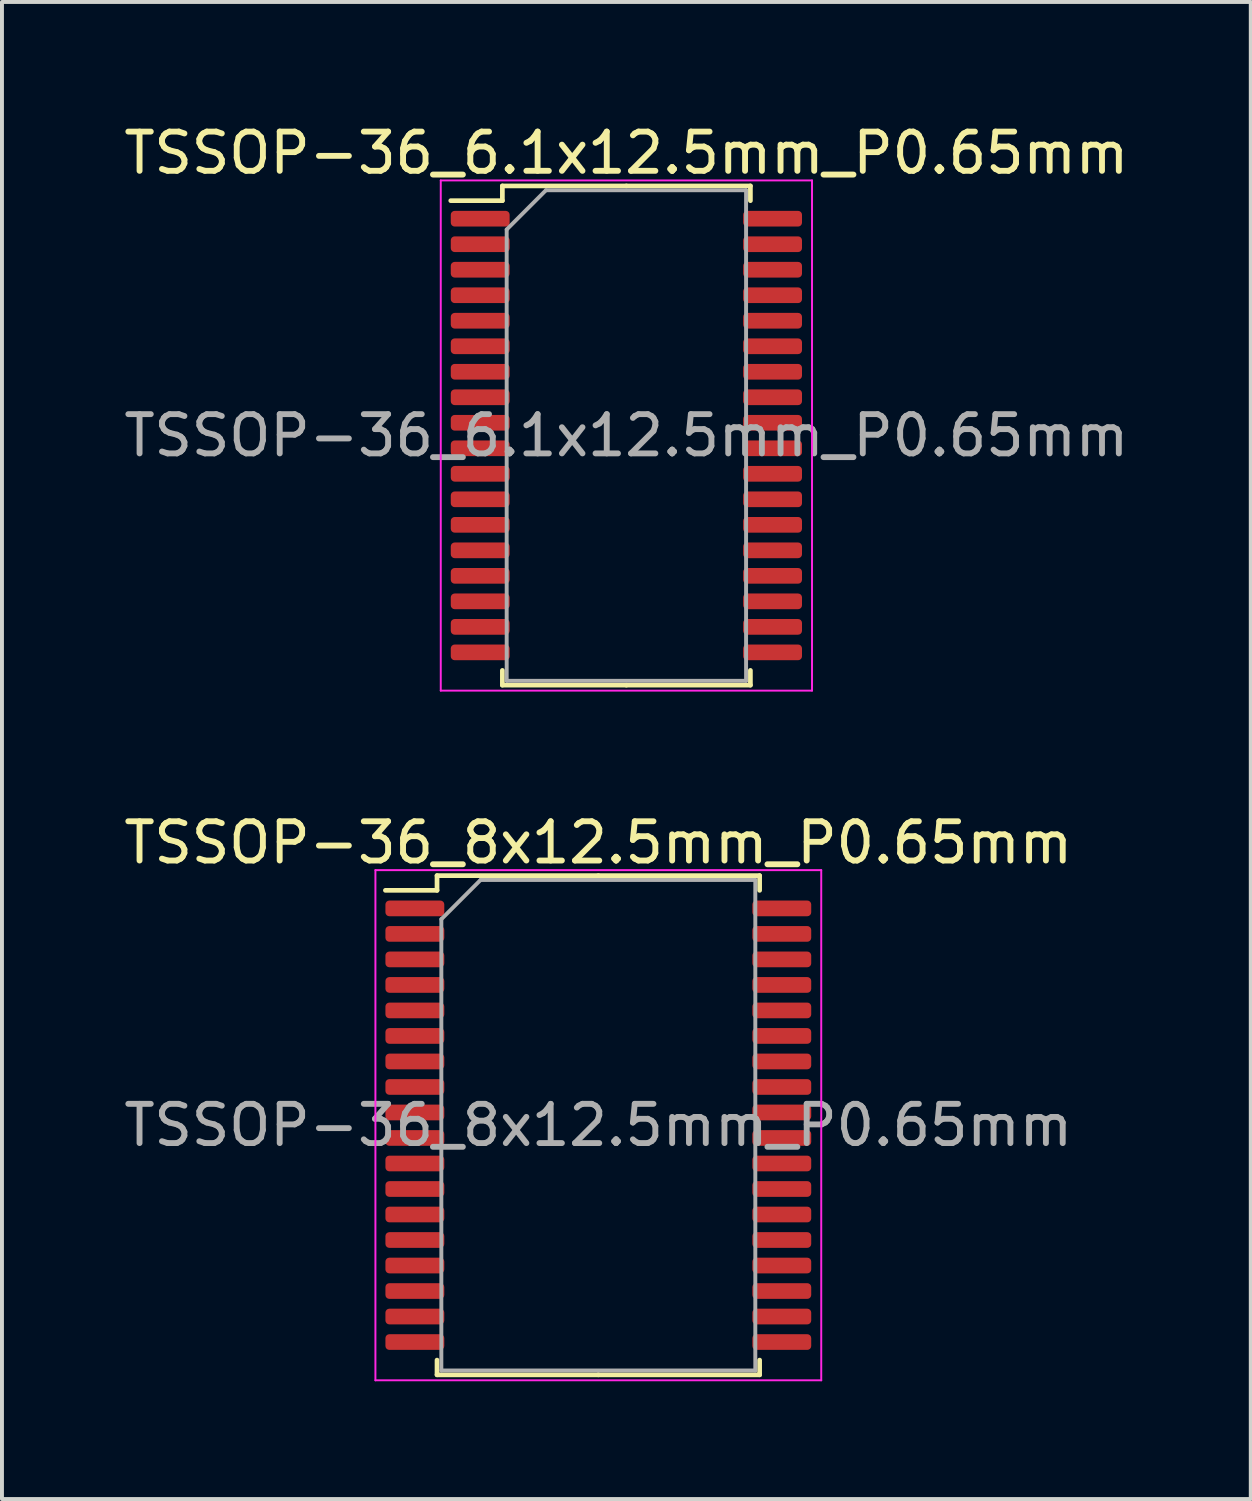
<source format=kicad_pcb>
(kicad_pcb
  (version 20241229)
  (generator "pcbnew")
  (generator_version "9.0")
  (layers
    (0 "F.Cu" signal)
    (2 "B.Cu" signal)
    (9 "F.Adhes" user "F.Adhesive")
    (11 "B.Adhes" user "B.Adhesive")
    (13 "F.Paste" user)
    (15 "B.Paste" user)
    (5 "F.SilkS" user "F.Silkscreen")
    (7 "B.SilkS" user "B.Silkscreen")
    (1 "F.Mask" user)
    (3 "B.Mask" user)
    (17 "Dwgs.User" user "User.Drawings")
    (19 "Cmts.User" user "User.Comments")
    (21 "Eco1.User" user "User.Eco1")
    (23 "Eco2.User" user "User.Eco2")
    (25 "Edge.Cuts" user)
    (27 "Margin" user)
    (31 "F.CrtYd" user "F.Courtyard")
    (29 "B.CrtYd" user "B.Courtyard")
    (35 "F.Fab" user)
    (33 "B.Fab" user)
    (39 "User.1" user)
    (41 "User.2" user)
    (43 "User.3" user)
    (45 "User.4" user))
  (footprint "TSSOP-36_6.1x12.5mm_P0.65mm"
    (layer "F.Cu")
    (at 12.911 8.048)
    (property "Reference" "TSSOP-36_6.1x12.5mm_P0.65mm" (at 0 -7.2 0) (layer "F.SilkS") (effects (font (size 1 1) (thickness 0.15))))
    (attr smd)
    (fp_line (start -3.16 -6.36) (end -3.16 -5.985) (stroke (width 0.12) (type solid)) (layer "F.SilkS"))
    (fp_line (start -3.16 -5.985) (end -4.475 -5.985) (stroke (width 0.12) (type solid)) (layer "F.SilkS"))
    (fp_line (start -3.16 6.36) (end -3.16 5.985) (stroke (width 0.12) (type solid)) (layer "F.SilkS"))
    (fp_line (start 0 -6.36) (end -3.16 -6.36) (stroke (width 0.12) (type solid)) (layer "F.SilkS"))
    (fp_line (start 0 -6.36) (end 3.16 -6.36) (stroke (width 0.12) (type solid)) (layer "F.SilkS"))
    (fp_line (start 0 6.36) (end -3.16 6.36) (stroke (width 0.12) (type solid)) (layer "F.SilkS"))
    (fp_line (start 0 6.36) (end 3.16 6.36) (stroke (width 0.12) (type solid)) (layer "F.SilkS"))
    (fp_line (start 3.16 -6.36) (end 3.16 -5.985) (stroke (width 0.12) (type solid)) (layer "F.SilkS"))
    (fp_line (start 3.16 6.36) (end 3.16 5.985) (stroke (width 0.12) (type solid)) (layer "F.SilkS"))
    (fp_line (start -4.73 -6.5) (end -4.73 6.5) (stroke (width 0.05) (type solid)) (layer "F.CrtYd"))
    (fp_line (start -4.73 6.5) (end 4.73 6.5) (stroke (width 0.05) (type solid)) (layer "F.CrtYd"))
    (fp_line (start 4.73 -6.5) (end -4.73 -6.5) (stroke (width 0.05) (type solid)) (layer "F.CrtYd"))
    (fp_line (start 4.73 6.5) (end 4.73 -6.5) (stroke (width 0.05) (type solid)) (layer "F.CrtYd"))
    (fp_line (start -3.05 -5.25) (end -2.05 -6.25) (stroke (width 0.1) (type solid)) (layer "F.Fab"))
    (fp_line (start -3.05 6.25) (end -3.05 -5.25) (stroke (width 0.1) (type solid)) (layer "F.Fab"))
    (fp_line (start -2.05 -6.25) (end 3.05 -6.25) (stroke (width 0.1) (type solid)) (layer "F.Fab"))
    (fp_line (start 3.05 -6.25) (end 3.05 6.25) (stroke (width 0.1) (type solid)) (layer "F.Fab"))
    (fp_line (start 3.05 6.25) (end -3.05 6.25) (stroke (width 0.1) (type solid)) (layer "F.Fab"))
    (fp_text user "${REFERENCE}" (at 0 0 0) (layer "F.Fab") (effects (font (size 1 1) (thickness 0.15))))
    (pad "1" smd roundrect (at -3.725 -5.525) (size 1.5 0.4) (layers "F.Cu" "F.Mask" "F.Paste") (roundrect_rratio 0.25))
    (pad "2" smd roundrect (at -3.725 -4.875) (size 1.5 0.4) (layers "F.Cu" "F.Mask" "F.Paste") (roundrect_rratio 0.25))
    (pad "3" smd roundrect (at -3.725 -4.225) (size 1.5 0.4) (layers "F.Cu" "F.Mask" "F.Paste") (roundrect_rratio 0.25))
    (pad "4" smd roundrect (at -3.725 -3.575) (size 1.5 0.4) (layers "F.Cu" "F.Mask" "F.Paste") (roundrect_rratio 0.25))
    (pad "5" smd roundrect (at -3.725 -2.925) (size 1.5 0.4) (layers "F.Cu" "F.Mask" "F.Paste") (roundrect_rratio 0.25))
    (pad "6" smd roundrect (at -3.725 -2.275) (size 1.5 0.4) (layers "F.Cu" "F.Mask" "F.Paste") (roundrect_rratio 0.25))
    (pad "7" smd roundrect (at -3.725 -1.625) (size 1.5 0.4) (layers "F.Cu" "F.Mask" "F.Paste") (roundrect_rratio 0.25))
    (pad "8" smd roundrect (at -3.725 -0.975) (size 1.5 0.4) (layers "F.Cu" "F.Mask" "F.Paste") (roundrect_rratio 0.25))
    (pad "9" smd roundrect (at -3.725 -0.325) (size 1.5 0.4) (layers "F.Cu" "F.Mask" "F.Paste") (roundrect_rratio 0.25))
    (pad "10" smd roundrect (at -3.725 0.325) (size 1.5 0.4) (layers "F.Cu" "F.Mask" "F.Paste") (roundrect_rratio 0.25))
    (pad "11" smd roundrect (at -3.725 0.975) (size 1.5 0.4) (layers "F.Cu" "F.Mask" "F.Paste") (roundrect_rratio 0.25))
    (pad "12" smd roundrect (at -3.725 1.625) (size 1.5 0.4) (layers "F.Cu" "F.Mask" "F.Paste") (roundrect_rratio 0.25))
    (pad "13" smd roundrect (at -3.725 2.275) (size 1.5 0.4) (layers "F.Cu" "F.Mask" "F.Paste") (roundrect_rratio 0.25))
    (pad "14" smd roundrect (at -3.725 2.925) (size 1.5 0.4) (layers "F.Cu" "F.Mask" "F.Paste") (roundrect_rratio 0.25))
    (pad "15" smd roundrect (at -3.725 3.575) (size 1.5 0.4) (layers "F.Cu" "F.Mask" "F.Paste") (roundrect_rratio 0.25))
    (pad "16" smd roundrect (at -3.725 4.225) (size 1.5 0.4) (layers "F.Cu" "F.Mask" "F.Paste") (roundrect_rratio 0.25))
    (pad "17" smd roundrect (at -3.725 4.875) (size 1.5 0.4) (layers "F.Cu" "F.Mask" "F.Paste") (roundrect_rratio 0.25))
    (pad "18" smd roundrect (at -3.725 5.525) (size 1.5 0.4) (layers "F.Cu" "F.Mask" "F.Paste") (roundrect_rratio 0.25))
    (pad "19" smd roundrect (at 3.725 5.525) (size 1.5 0.4) (layers "F.Cu" "F.Mask" "F.Paste") (roundrect_rratio 0.25))
    (pad "20" smd roundrect (at 3.725 4.875) (size 1.5 0.4) (layers "F.Cu" "F.Mask" "F.Paste") (roundrect_rratio 0.25))
    (pad "21" smd roundrect (at 3.725 4.225) (size 1.5 0.4) (layers "F.Cu" "F.Mask" "F.Paste") (roundrect_rratio 0.25))
    (pad "22" smd roundrect (at 3.725 3.575) (size 1.5 0.4) (layers "F.Cu" "F.Mask" "F.Paste") (roundrect_rratio 0.25))
    (pad "23" smd roundrect (at 3.725 2.925) (size 1.5 0.4) (layers "F.Cu" "F.Mask" "F.Paste") (roundrect_rratio 0.25))
    (pad "24" smd roundrect (at 3.725 2.275) (size 1.5 0.4) (layers "F.Cu" "F.Mask" "F.Paste") (roundrect_rratio 0.25))
    (pad "25" smd roundrect (at 3.725 1.625) (size 1.5 0.4) (layers "F.Cu" "F.Mask" "F.Paste") (roundrect_rratio 0.25))
    (pad "26" smd roundrect (at 3.725 0.975) (size 1.5 0.4) (layers "F.Cu" "F.Mask" "F.Paste") (roundrect_rratio 0.25))
    (pad "27" smd roundrect (at 3.725 0.325) (size 1.5 0.4) (layers "F.Cu" "F.Mask" "F.Paste") (roundrect_rratio 0.25))
    (pad "28" smd roundrect (at 3.725 -0.325) (size 1.5 0.4) (layers "F.Cu" "F.Mask" "F.Paste") (roundrect_rratio 0.25))
    (pad "29" smd roundrect (at 3.725 -0.975) (size 1.5 0.4) (layers "F.Cu" "F.Mask" "F.Paste") (roundrect_rratio 0.25))
    (pad "30" smd roundrect (at 3.725 -1.625) (size 1.5 0.4) (layers "F.Cu" "F.Mask" "F.Paste") (roundrect_rratio 0.25))
    (pad "31" smd roundrect (at 3.725 -2.275) (size 1.5 0.4) (layers "F.Cu" "F.Mask" "F.Paste") (roundrect_rratio 0.25))
    (pad "32" smd roundrect (at 3.725 -2.925) (size 1.5 0.4) (layers "F.Cu" "F.Mask" "F.Paste") (roundrect_rratio 0.25))
    (pad "33" smd roundrect (at 3.725 -3.575) (size 1.5 0.4) (layers "F.Cu" "F.Mask" "F.Paste") (roundrect_rratio 0.25))
    (pad "34" smd roundrect (at 3.725 -4.225) (size 1.5 0.4) (layers "F.Cu" "F.Mask" "F.Paste") (roundrect_rratio 0.25))
    (pad "35" smd roundrect (at 3.725 -4.875) (size 1.5 0.4) (layers "F.Cu" "F.Mask" "F.Paste") (roundrect_rratio 0.25))
    (pad "36" smd roundrect (at 3.725 -5.525) (size 1.5 0.4) (layers "F.Cu" "F.Mask" "F.Paste") (roundrect_rratio 0.25)))
  (footprint "TSSOP-36_8x12.5mm_P0.65mm"
    (layer "F.Cu")
    (at 12.196 25.622)
    (property "Reference" "TSSOP-36_8x12.5mm_P0.65mm" (at 0 -7.2 0) (layer "F.SilkS") (effects (font (size 1 1) (thickness 0.15))))
    (attr smd)
    (fp_line (start -4.11 -6.36) (end -4.11 -5.985) (stroke (width 0.12) (type solid)) (layer "F.SilkS"))
    (fp_line (start -4.11 -5.985) (end -5.425 -5.985) (stroke (width 0.12) (type solid)) (layer "F.SilkS"))
    (fp_line (start -4.11 6.36) (end -4.11 5.985) (stroke (width 0.12) (type solid)) (layer "F.SilkS"))
    (fp_line (start 0 -6.36) (end -4.11 -6.36) (stroke (width 0.12) (type solid)) (layer "F.SilkS"))
    (fp_line (start 0 -6.36) (end 4.11 -6.36) (stroke (width 0.12) (type solid)) (layer "F.SilkS"))
    (fp_line (start 0 6.36) (end -4.11 6.36) (stroke (width 0.12) (type solid)) (layer "F.SilkS"))
    (fp_line (start 0 6.36) (end 4.11 6.36) (stroke (width 0.12) (type solid)) (layer "F.SilkS"))
    (fp_line (start 4.11 -6.36) (end 4.11 -5.985) (stroke (width 0.12) (type solid)) (layer "F.SilkS"))
    (fp_line (start 4.11 6.36) (end 4.11 5.985) (stroke (width 0.12) (type solid)) (layer "F.SilkS"))
    (fp_line (start -5.68 -6.5) (end -5.68 6.5) (stroke (width 0.05) (type solid)) (layer "F.CrtYd"))
    (fp_line (start -5.68 6.5) (end 5.68 6.5) (stroke (width 0.05) (type solid)) (layer "F.CrtYd"))
    (fp_line (start 5.68 -6.5) (end -5.68 -6.5) (stroke (width 0.05) (type solid)) (layer "F.CrtYd"))
    (fp_line (start 5.68 6.5) (end 5.68 -6.5) (stroke (width 0.05) (type solid)) (layer "F.CrtYd"))
    (fp_line (start -4 -5.25) (end -3 -6.25) (stroke (width 0.1) (type solid)) (layer "F.Fab"))
    (fp_line (start -4 6.25) (end -4 -5.25) (stroke (width 0.1) (type solid)) (layer "F.Fab"))
    (fp_line (start -3 -6.25) (end 4 -6.25) (stroke (width 0.1) (type solid)) (layer "F.Fab"))
    (fp_line (start 4 -6.25) (end 4 6.25) (stroke (width 0.1) (type solid)) (layer "F.Fab"))
    (fp_line (start 4 6.25) (end -4 6.25) (stroke (width 0.1) (type solid)) (layer "F.Fab"))
    (fp_text user "${REFERENCE}" (at 0 0 0) (layer "F.Fab") (effects (font (size 1 1) (thickness 0.15))))
    (pad "1" smd roundrect (at -4.675 -5.525) (size 1.5 0.4) (layers "F.Cu" "F.Mask" "F.Paste") (roundrect_rratio 0.25))
    (pad "2" smd roundrect (at -4.675 -4.875) (size 1.5 0.4) (layers "F.Cu" "F.Mask" "F.Paste") (roundrect_rratio 0.25))
    (pad "3" smd roundrect (at -4.675 -4.225) (size 1.5 0.4) (layers "F.Cu" "F.Mask" "F.Paste") (roundrect_rratio 0.25))
    (pad "4" smd roundrect (at -4.675 -3.575) (size 1.5 0.4) (layers "F.Cu" "F.Mask" "F.Paste") (roundrect_rratio 0.25))
    (pad "5" smd roundrect (at -4.675 -2.925) (size 1.5 0.4) (layers "F.Cu" "F.Mask" "F.Paste") (roundrect_rratio 0.25))
    (pad "6" smd roundrect (at -4.675 -2.275) (size 1.5 0.4) (layers "F.Cu" "F.Mask" "F.Paste") (roundrect_rratio 0.25))
    (pad "7" smd roundrect (at -4.675 -1.625) (size 1.5 0.4) (layers "F.Cu" "F.Mask" "F.Paste") (roundrect_rratio 0.25))
    (pad "8" smd roundrect (at -4.675 -0.975) (size 1.5 0.4) (layers "F.Cu" "F.Mask" "F.Paste") (roundrect_rratio 0.25))
    (pad "9" smd roundrect (at -4.675 -0.325) (size 1.5 0.4) (layers "F.Cu" "F.Mask" "F.Paste") (roundrect_rratio 0.25))
    (pad "10" smd roundrect (at -4.675 0.325) (size 1.5 0.4) (layers "F.Cu" "F.Mask" "F.Paste") (roundrect_rratio 0.25))
    (pad "11" smd roundrect (at -4.675 0.975) (size 1.5 0.4) (layers "F.Cu" "F.Mask" "F.Paste") (roundrect_rratio 0.25))
    (pad "12" smd roundrect (at -4.675 1.625) (size 1.5 0.4) (layers "F.Cu" "F.Mask" "F.Paste") (roundrect_rratio 0.25))
    (pad "13" smd roundrect (at -4.675 2.275) (size 1.5 0.4) (layers "F.Cu" "F.Mask" "F.Paste") (roundrect_rratio 0.25))
    (pad "14" smd roundrect (at -4.675 2.925) (size 1.5 0.4) (layers "F.Cu" "F.Mask" "F.Paste") (roundrect_rratio 0.25))
    (pad "15" smd roundrect (at -4.675 3.575) (size 1.5 0.4) (layers "F.Cu" "F.Mask" "F.Paste") (roundrect_rratio 0.25))
    (pad "16" smd roundrect (at -4.675 4.225) (size 1.5 0.4) (layers "F.Cu" "F.Mask" "F.Paste") (roundrect_rratio 0.25))
    (pad "17" smd roundrect (at -4.675 4.875) (size 1.5 0.4) (layers "F.Cu" "F.Mask" "F.Paste") (roundrect_rratio 0.25))
    (pad "18" smd roundrect (at -4.675 5.525) (size 1.5 0.4) (layers "F.Cu" "F.Mask" "F.Paste") (roundrect_rratio 0.25))
    (pad "19" smd roundrect (at 4.675 5.525) (size 1.5 0.4) (layers "F.Cu" "F.Mask" "F.Paste") (roundrect_rratio 0.25))
    (pad "20" smd roundrect (at 4.675 4.875) (size 1.5 0.4) (layers "F.Cu" "F.Mask" "F.Paste") (roundrect_rratio 0.25))
    (pad "21" smd roundrect (at 4.675 4.225) (size 1.5 0.4) (layers "F.Cu" "F.Mask" "F.Paste") (roundrect_rratio 0.25))
    (pad "22" smd roundrect (at 4.675 3.575) (size 1.5 0.4) (layers "F.Cu" "F.Mask" "F.Paste") (roundrect_rratio 0.25))
    (pad "23" smd roundrect (at 4.675 2.925) (size 1.5 0.4) (layers "F.Cu" "F.Mask" "F.Paste") (roundrect_rratio 0.25))
    (pad "24" smd roundrect (at 4.675 2.275) (size 1.5 0.4) (layers "F.Cu" "F.Mask" "F.Paste") (roundrect_rratio 0.25))
    (pad "25" smd roundrect (at 4.675 1.625) (size 1.5 0.4) (layers "F.Cu" "F.Mask" "F.Paste") (roundrect_rratio 0.25))
    (pad "26" smd roundrect (at 4.675 0.975) (size 1.5 0.4) (layers "F.Cu" "F.Mask" "F.Paste") (roundrect_rratio 0.25))
    (pad "27" smd roundrect (at 4.675 0.325) (size 1.5 0.4) (layers "F.Cu" "F.Mask" "F.Paste") (roundrect_rratio 0.25))
    (pad "28" smd roundrect (at 4.675 -0.325) (size 1.5 0.4) (layers "F.Cu" "F.Mask" "F.Paste") (roundrect_rratio 0.25))
    (pad "29" smd roundrect (at 4.675 -0.975) (size 1.5 0.4) (layers "F.Cu" "F.Mask" "F.Paste") (roundrect_rratio 0.25))
    (pad "30" smd roundrect (at 4.675 -1.625) (size 1.5 0.4) (layers "F.Cu" "F.Mask" "F.Paste") (roundrect_rratio 0.25))
    (pad "31" smd roundrect (at 4.675 -2.275) (size 1.5 0.4) (layers "F.Cu" "F.Mask" "F.Paste") (roundrect_rratio 0.25))
    (pad "32" smd roundrect (at 4.675 -2.925) (size 1.5 0.4) (layers "F.Cu" "F.Mask" "F.Paste") (roundrect_rratio 0.25))
    (pad "33" smd roundrect (at 4.675 -3.575) (size 1.5 0.4) (layers "F.Cu" "F.Mask" "F.Paste") (roundrect_rratio 0.25))
    (pad "34" smd roundrect (at 4.675 -4.225) (size 1.5 0.4) (layers "F.Cu" "F.Mask" "F.Paste") (roundrect_rratio 0.25))
    (pad "35" smd roundrect (at 4.675 -4.875) (size 1.5 0.4) (layers "F.Cu" "F.Mask" "F.Paste") (roundrect_rratio 0.25))
    (pad "36" smd roundrect (at 4.675 -5.525) (size 1.5 0.4) (layers "F.Cu" "F.Mask" "F.Paste") (roundrect_rratio 0.25)))
  (gr_rect
    (start -3 -3)
    (end 28.821 35.147)
    (stroke (width 0.1) (type default))
    (fill no)
    (layer "Edge.Cuts")))
</source>
